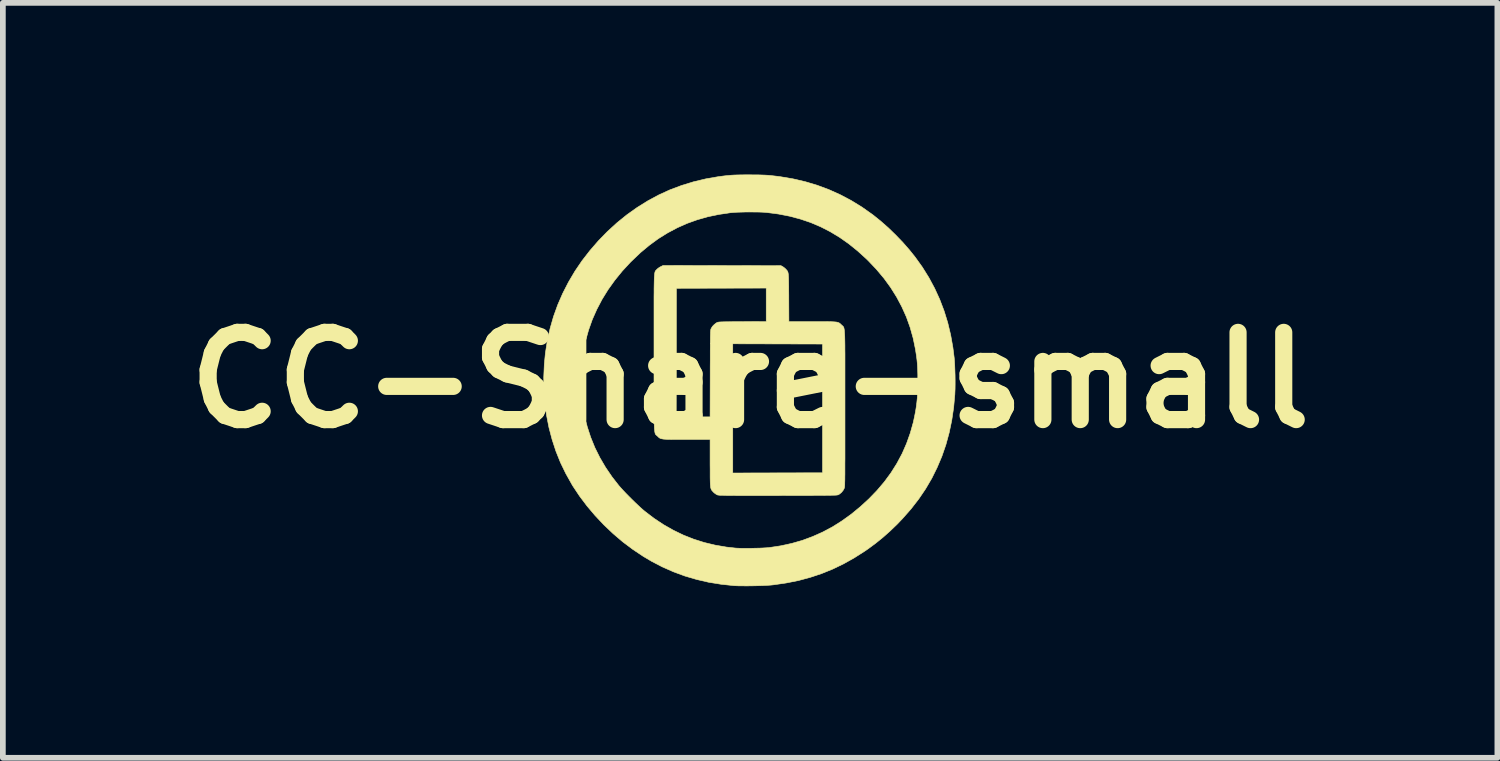
<source format=kicad_pcb>
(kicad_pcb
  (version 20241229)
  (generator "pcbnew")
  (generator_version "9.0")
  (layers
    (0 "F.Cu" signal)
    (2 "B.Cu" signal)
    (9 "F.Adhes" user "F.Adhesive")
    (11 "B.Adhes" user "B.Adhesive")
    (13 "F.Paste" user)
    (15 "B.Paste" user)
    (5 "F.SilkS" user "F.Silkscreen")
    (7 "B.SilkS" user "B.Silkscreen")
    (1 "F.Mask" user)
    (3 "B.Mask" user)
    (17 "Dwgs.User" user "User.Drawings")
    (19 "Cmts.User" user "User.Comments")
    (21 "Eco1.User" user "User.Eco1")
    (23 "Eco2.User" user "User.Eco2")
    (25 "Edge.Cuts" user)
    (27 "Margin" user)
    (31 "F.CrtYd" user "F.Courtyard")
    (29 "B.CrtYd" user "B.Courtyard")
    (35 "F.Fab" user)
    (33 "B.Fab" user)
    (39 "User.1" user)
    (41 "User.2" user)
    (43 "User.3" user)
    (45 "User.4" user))
  (footprint "CC-Share-small"
    (layer "F.Cu")
    (at 10.058 3.593)
    (property "Reference" "CC-Share-small" (at 0 0 0) (layer "F.SilkS") (effects (font (size 1.524 1.524) (thickness 0.3))))
    (attr through_hole)
    (fp_poly (pts (xy 0.068 -3.587) (xy 0.139 -3.587) (xy 0.202 -3.585) (xy 0.258 -3.583) (xy 0.311 -3.58) (xy 0.363 -3.575) (xy 0.417 -3.569) (xy 0.476 -3.562) (xy 0.529 -3.555) (xy 0.749 -3.518) (xy 0.964 -3.468) (xy 1.174 -3.405) (xy 1.378 -3.329) (xy 1.576 -3.24) (xy 1.769 -3.138) (xy 1.956 -3.023) (xy 2.137 -2.895) (xy 2.148 -2.887) (xy 2.281 -2.78) (xy 2.414 -2.663) (xy 2.544 -2.537) (xy 2.67 -2.406) (xy 2.787 -2.272) (xy 2.883 -2.152) (xy 3.01 -1.975) (xy 3.124 -1.792) (xy 3.225 -1.604) (xy 3.314 -1.41) (xy 3.39 -1.21) (xy 3.454 -1.003) (xy 3.505 -0.79) (xy 3.544 -0.57) (xy 3.567 -0.388) (xy 3.572 -0.326) (xy 3.576 -0.254) (xy 3.579 -0.174) (xy 3.582 -0.089) (xy 3.583 -0.004) (xy 3.583 0.079) (xy 3.582 0.156) (xy 3.579 0.225) (xy 3.578 0.25) (xy 3.557 0.48) (xy 3.524 0.703) (xy 3.479 0.918) (xy 3.422 1.127) (xy 3.352 1.33) (xy 3.269 1.526) (xy 3.175 1.716) (xy 3.067 1.9) (xy 2.947 2.077) (xy 2.813 2.25) (xy 2.667 2.416) (xy 2.569 2.519) (xy 2.444 2.639) (xy 2.321 2.748) (xy 2.195 2.85) (xy 2.064 2.947) (xy 2 2.991) (xy 1.816 3.108) (xy 1.63 3.212) (xy 1.441 3.303) (xy 1.248 3.381) (xy 1.049 3.447) (xy 0.845 3.502) (xy 0.634 3.544) (xy 0.415 3.576) (xy 0.37 3.581) (xy 0.33 3.584) (xy 0.278 3.587) (xy 0.217 3.59) (xy 0.15 3.592) (xy 0.079 3.594) (xy 0.006 3.595) (xy -0.065 3.596) (xy -0.131 3.595) (xy -0.192 3.595) (xy -0.243 3.593) (xy -0.282 3.591) (xy -0.507 3.567) (xy -0.724 3.532) (xy -0.935 3.483) (xy -1.14 3.423) (xy -1.34 3.349) (xy -1.535 3.263) (xy -1.725 3.164) (xy -1.868 3.079) (xy -2.049 2.958) (xy -2.225 2.826) (xy -2.394 2.682) (xy -2.555 2.529) (xy -2.707 2.368) (xy -2.85 2.199) (xy -2.981 2.025) (xy -3.1 1.846) (xy -3.115 1.82) (xy -3.22 1.633) (xy -3.313 1.441) (xy -3.393 1.242) (xy -3.46 1.037) (xy -3.515 0.828) (xy -3.557 0.614) (xy -3.586 0.396) (xy -3.603 0.175) (xy -3.605 0.021) (xy -2.955 0.021) (xy -2.952 0.148) (xy -2.944 0.273) (xy -2.932 0.392) (xy -2.927 0.43) (xy -2.893 0.624) (xy -2.846 0.814) (xy -2.786 0.998) (xy -2.713 1.178) (xy -2.626 1.353) (xy -2.526 1.524) (xy -2.413 1.69) (xy -2.295 1.841) (xy -2.262 1.879) (xy -2.221 1.924) (xy -2.174 1.974) (xy -2.122 2.027) (xy -2.068 2.081) (xy -2.014 2.134) (xy -1.961 2.184) (xy -1.913 2.229) (xy -1.87 2.267) (xy -1.844 2.289) (xy -1.681 2.414) (xy -1.514 2.525) (xy -1.343 2.622) (xy -1.168 2.707) (xy -0.989 2.778) (xy -0.803 2.837) (xy -0.612 2.883) (xy -0.415 2.917) (xy -0.254 2.935) (xy -0.215 2.937) (xy -0.165 2.939) (xy -0.106 2.939) (xy -0.04 2.939) (xy 0.028 2.939) (xy 0.097 2.937) (xy 0.163 2.936) (xy 0.225 2.933) (xy 0.28 2.93) (xy 0.324 2.927) (xy 0.339 2.925) (xy 0.537 2.895) (xy 0.729 2.853) (xy 0.914 2.8) (xy 1.094 2.733) (xy 1.269 2.655) (xy 1.44 2.564) (xy 1.606 2.459) (xy 1.769 2.342) (xy 1.928 2.211) (xy 2.077 2.074) (xy 2.218 1.928) (xy 2.347 1.776) (xy 2.463 1.618) (xy 2.566 1.454) (xy 2.657 1.284) (xy 2.734 1.108) (xy 2.799 0.926) (xy 2.852 0.738) (xy 2.874 0.635) (xy 2.891 0.549) (xy 2.904 0.468) (xy 2.914 0.39) (xy 2.922 0.311) (xy 2.927 0.228) (xy 2.93 0.138) (xy 2.931 0.038) (xy 2.931 -0.004) (xy 2.931 -0.09) (xy 2.929 -0.166) (xy 2.926 -0.233) (xy 2.922 -0.296) (xy 2.916 -0.357) (xy 2.908 -0.419) (xy 2.898 -0.485) (xy 2.889 -0.543) (xy 2.849 -0.736) (xy 2.796 -0.924) (xy 2.731 -1.105) (xy 2.652 -1.281) (xy 2.561 -1.452) (xy 2.457 -1.618) (xy 2.34 -1.779) (xy 2.209 -1.935) (xy 2.066 -2.086) (xy 2.03 -2.121) (xy 1.878 -2.259) (xy 1.723 -2.384) (xy 1.565 -2.495) (xy 1.401 -2.594) (xy 1.233 -2.68) (xy 1.059 -2.754) (xy 0.879 -2.815) (xy 0.691 -2.865) (xy 0.496 -2.903) (xy 0.296 -2.929) (xy 0.25 -2.933) (xy 0.193 -2.936) (xy 0.128 -2.938) (xy 0.056 -2.938) (xy -0.018 -2.939) (xy -0.093 -2.938) (xy -0.165 -2.936) (xy -0.231 -2.934) (xy -0.29 -2.93) (xy -0.337 -2.926) (xy -0.342 -2.926) (xy -0.544 -2.896) (xy -0.737 -2.856) (xy -0.923 -2.803) (xy -1.102 -2.739) (xy -1.275 -2.662) (xy -1.442 -2.573) (xy -1.604 -2.472) (xy -1.761 -2.357) (xy -1.914 -2.23) (xy -2.063 -2.088) (xy -2.089 -2.063) (xy -2.234 -1.906) (xy -2.365 -1.745) (xy -2.483 -1.58) (xy -2.588 -1.41) (xy -2.679 -1.236) (xy -2.758 -1.058) (xy -2.823 -0.874) (xy -2.876 -0.685) (xy -2.916 -0.49) (xy -2.939 -0.332) (xy -2.949 -0.222) (xy -2.954 -0.103) (xy -2.955 0.021) (xy -3.605 0.021) (xy -3.606 -0.049) (xy -3.596 -0.275) (xy -3.577 -0.473) (xy -3.543 -0.69) (xy -3.495 -0.903) (xy -3.435 -1.112) (xy -3.361 -1.317) (xy -3.274 -1.517) (xy -3.174 -1.712) (xy -3.062 -1.902) (xy -2.937 -2.086) (xy -2.799 -2.264) (xy -2.65 -2.436) (xy -2.496 -2.594) (xy -2.328 -2.748) (xy -2.154 -2.889) (xy -1.974 -3.017) (xy -1.788 -3.133) (xy -1.597 -3.236) (xy -1.4 -3.326) (xy -1.197 -3.402) (xy -0.989 -3.466) (xy -0.776 -3.517) (xy -0.558 -3.555) (xy -0.554 -3.555) (xy -0.491 -3.564) (xy -0.434 -3.571) (xy -0.381 -3.576) (xy -0.329 -3.581) (xy -0.276 -3.584) (xy -0.218 -3.586) (xy -0.153 -3.587) (xy -0.08 -3.588) (xy -0.014 -3.588) (xy 0.068 -3.587)) (stroke (width 0.01) (type solid)) (fill yes) (layer "F.SilkS"))
    (fp_poly (pts (xy 0.54 -2) (xy 0.568 -1.985) (xy 0.59 -1.97) (xy 0.614 -1.95) (xy 0.624 -1.94) (xy 0.634 -1.929) (xy 0.643 -1.919) (xy 0.65 -1.909) (xy 0.656 -1.899) (xy 0.661 -1.886) (xy 0.665 -1.869) (xy 0.668 -1.849) (xy 0.67 -1.822) (xy 0.672 -1.789) (xy 0.673 -1.748) (xy 0.674 -1.698) (xy 0.675 -1.638) (xy 0.675 -1.566) (xy 0.676 -1.482) (xy 0.676 -1.441) (xy 0.678 -1.023) (xy 1.086 -1.023) (xy 1.177 -1.023) (xy 1.255 -1.023) (xy 1.321 -1.023) (xy 1.376 -1.022) (xy 1.422 -1.021) (xy 1.46 -1.019) (xy 1.49 -1.017) (xy 1.514 -1.014) (xy 1.533 -1.009) (xy 1.548 -1.004) (xy 1.561 -0.997) (xy 1.572 -0.989) (xy 1.583 -0.979) (xy 1.594 -0.968) (xy 1.599 -0.964) (xy 1.606 -0.957) (xy 1.612 -0.952) (xy 1.618 -0.947) (xy 1.623 -0.942) (xy 1.628 -0.936) (xy 1.633 -0.929) (xy 1.637 -0.921) (xy 1.64 -0.91) (xy 1.643 -0.896) (xy 1.646 -0.878) (xy 1.648 -0.856) (xy 1.65 -0.83) (xy 1.652 -0.798) (xy 1.654 -0.76) (xy 1.655 -0.715) (xy 1.656 -0.663) (xy 1.657 -0.604) (xy 1.657 -0.536) (xy 1.658 -0.459) (xy 1.658 -0.373) (xy 1.658 -0.277) (xy 1.658 -0.169) (xy 1.658 -0.051) (xy 1.658 0.079) (xy 1.658 0.222) (xy 1.658 0.378) (xy 1.658 0.498) (xy 1.658 0.661) (xy 1.658 0.81) (xy 1.658 0.946) (xy 1.658 1.07) (xy 1.658 1.182) (xy 1.658 1.283) (xy 1.658 1.374) (xy 1.657 1.454) (xy 1.657 1.526) (xy 1.657 1.589) (xy 1.657 1.643) (xy 1.656 1.69) (xy 1.656 1.731) (xy 1.655 1.765) (xy 1.654 1.793) (xy 1.654 1.817) (xy 1.653 1.836) (xy 1.652 1.851) (xy 1.651 1.862) (xy 1.65 1.872) (xy 1.648 1.879) (xy 1.647 1.885) (xy 1.645 1.89) (xy 1.644 1.893) (xy 1.624 1.929) (xy 1.595 1.964) (xy 1.56 1.992) (xy 1.545 2.001) (xy 1.541 2.003) (xy 1.537 2.005) (xy 1.53 2.006) (xy 1.521 2.007) (xy 1.51 2.009) (xy 1.494 2.01) (xy 1.474 2.011) (xy 1.449 2.011) (xy 1.418 2.012) (xy 1.381 2.013) (xy 1.337 2.013) (xy 1.284 2.014) (xy 1.224 2.014) (xy 1.154 2.014) (xy 1.073 2.015) (xy 0.983 2.015) (xy 0.881 2.015) (xy 0.767 2.015) (xy 0.64 2.015) (xy 0.5 2.016) (xy 0.49 2.016) (xy 0.348 2.016) (xy 0.22 2.016) (xy 0.104 2.016) (xy 0.000244 2.016) (xy -0.092 2.016) (xy -0.174 2.016) (xy -0.245 2.016) (xy -0.308 2.015) (xy -0.361 2.015) (xy -0.407 2.015) (xy -0.446 2.014) (xy -0.477 2.013) (xy -0.503 2.013) (xy -0.524 2.012) (xy -0.54 2.011) (xy -0.553 2.009) (xy -0.562 2.008) (xy -0.568 2.007) (xy -0.571 2.006) (xy -0.597 1.992) (xy -0.626 1.971) (xy -0.64 1.958) (xy -0.651 1.946) (xy -0.661 1.935) (xy -0.67 1.924) (xy -0.677 1.912) (xy -0.683 1.898) (xy -0.688 1.88) (xy -0.691 1.857) (xy -0.694 1.828) (xy -0.696 1.793) (xy -0.697 1.749) (xy -0.698 1.696) (xy -0.698 1.633) (xy -0.698 1.623) (xy -0.303 1.623) (xy 0.482 1.621) (xy 1.266 1.619) (xy 1.266 -0.631) (xy 0.482 -0.633) (xy -0.303 -0.635) (xy -0.303 1.623) (xy -0.698 1.623) (xy -0.698 1.558) (xy -0.699 1.471) (xy -0.699 1.442) (xy -0.699 1.037) (xy -1.103 1.037) (xy -1.194 1.037) (xy -1.273 1.037) (xy -1.339 1.037) (xy -1.395 1.036) (xy -1.442 1.035) (xy -1.479 1.033) (xy -1.51 1.031) (xy -1.534 1.027) (xy -1.554 1.023) (xy -1.569 1.018) (xy -1.582 1.011) (xy -1.593 1.003) (xy -1.604 0.993) (xy -1.615 0.982) (xy -1.619 0.978) (xy -1.626 0.972) (xy -1.633 0.966) (xy -1.639 0.961) (xy -1.644 0.956) (xy -1.649 0.951) (xy -1.654 0.944) (xy -1.658 0.935) (xy -1.661 0.924) (xy -1.664 0.91) (xy -1.667 0.893) (xy -1.669 0.871) (xy -1.672 0.844) (xy -1.673 0.812) (xy -1.675 0.775) (xy -1.676 0.73) (xy -1.677 0.679) (xy -1.678 0.642) (xy -1.291 0.642) (xy -0.699 0.642) (xy -0.697 -0.115) (xy -0.697 -0.234) (xy -0.696 -0.341) (xy -0.696 -0.435) (xy -0.696 -0.517) (xy -0.695 -0.588) (xy -0.695 -0.65) (xy -0.694 -0.702) (xy -0.694 -0.746) (xy -0.693 -0.782) (xy -0.692 -0.812) (xy -0.692 -0.835) (xy -0.69 -0.854) (xy -0.689 -0.868) (xy -0.688 -0.879) (xy -0.686 -0.887) (xy -0.684 -0.894) (xy -0.682 -0.899) (xy -0.68 -0.903) (xy -0.658 -0.939) (xy -0.626 -0.972) (xy -0.59 -1) (xy -0.582 -1.004) (xy -0.576 -1.007) (xy -0.569 -1.01) (xy -0.562 -1.012) (xy -0.551 -1.014) (xy -0.537 -1.016) (xy -0.518 -1.017) (xy -0.493 -1.018) (xy -0.461 -1.019) (xy -0.42 -1.02) (xy -0.371 -1.02) (xy -0.311 -1.021) (xy -0.239 -1.021) (xy -0.154 -1.021) (xy -0.136 -1.022) (xy 0.282 -1.023) (xy 0.282 -1.609) (xy -0.503 -1.607) (xy -1.288 -1.605) (xy -1.289 -0.482) (xy -1.291 0.642) (xy -1.678 0.642) (xy -1.678 0.619) (xy -1.678 0.551) (xy -1.679 0.475) (xy -1.679 0.389) (xy -1.679 0.292) (xy -1.679 0.185) (xy -1.679 0.067) (xy -1.679 -0.063) (xy -1.679 -0.206) (xy -1.679 -0.361) (xy -1.679 -0.483) (xy -1.679 -0.648) (xy -1.679 -0.8) (xy -1.679 -0.939) (xy -1.679 -1.065) (xy -1.679 -1.179) (xy -1.679 -1.283) (xy -1.679 -1.376) (xy -1.679 -1.459) (xy -1.678 -1.532) (xy -1.678 -1.597) (xy -1.677 -1.654) (xy -1.676 -1.703) (xy -1.675 -1.745) (xy -1.674 -1.781) (xy -1.672 -1.811) (xy -1.67 -1.836) (xy -1.668 -1.856) (xy -1.666 -1.873) (xy -1.663 -1.885) (xy -1.66 -1.896) (xy -1.657 -1.903) (xy -1.653 -1.91) (xy -1.649 -1.915) (xy -1.644 -1.92) (xy -1.639 -1.925) (xy -1.634 -1.931) (xy -1.633 -1.932) (xy -1.611 -1.952) (xy -1.583 -1.972) (xy -1.564 -1.982) (xy -1.52 -2.004) (xy 0.54 -2)) (stroke (width 0.01) (type solid)) (fill yes) (layer "F.SilkS")))
  (gr_rect
    (start -3 -3)
    (end 23.117 10.193)
    (stroke (width 0.1) (type default))
    (fill no)
    (layer "Edge.Cuts")))
</source>
